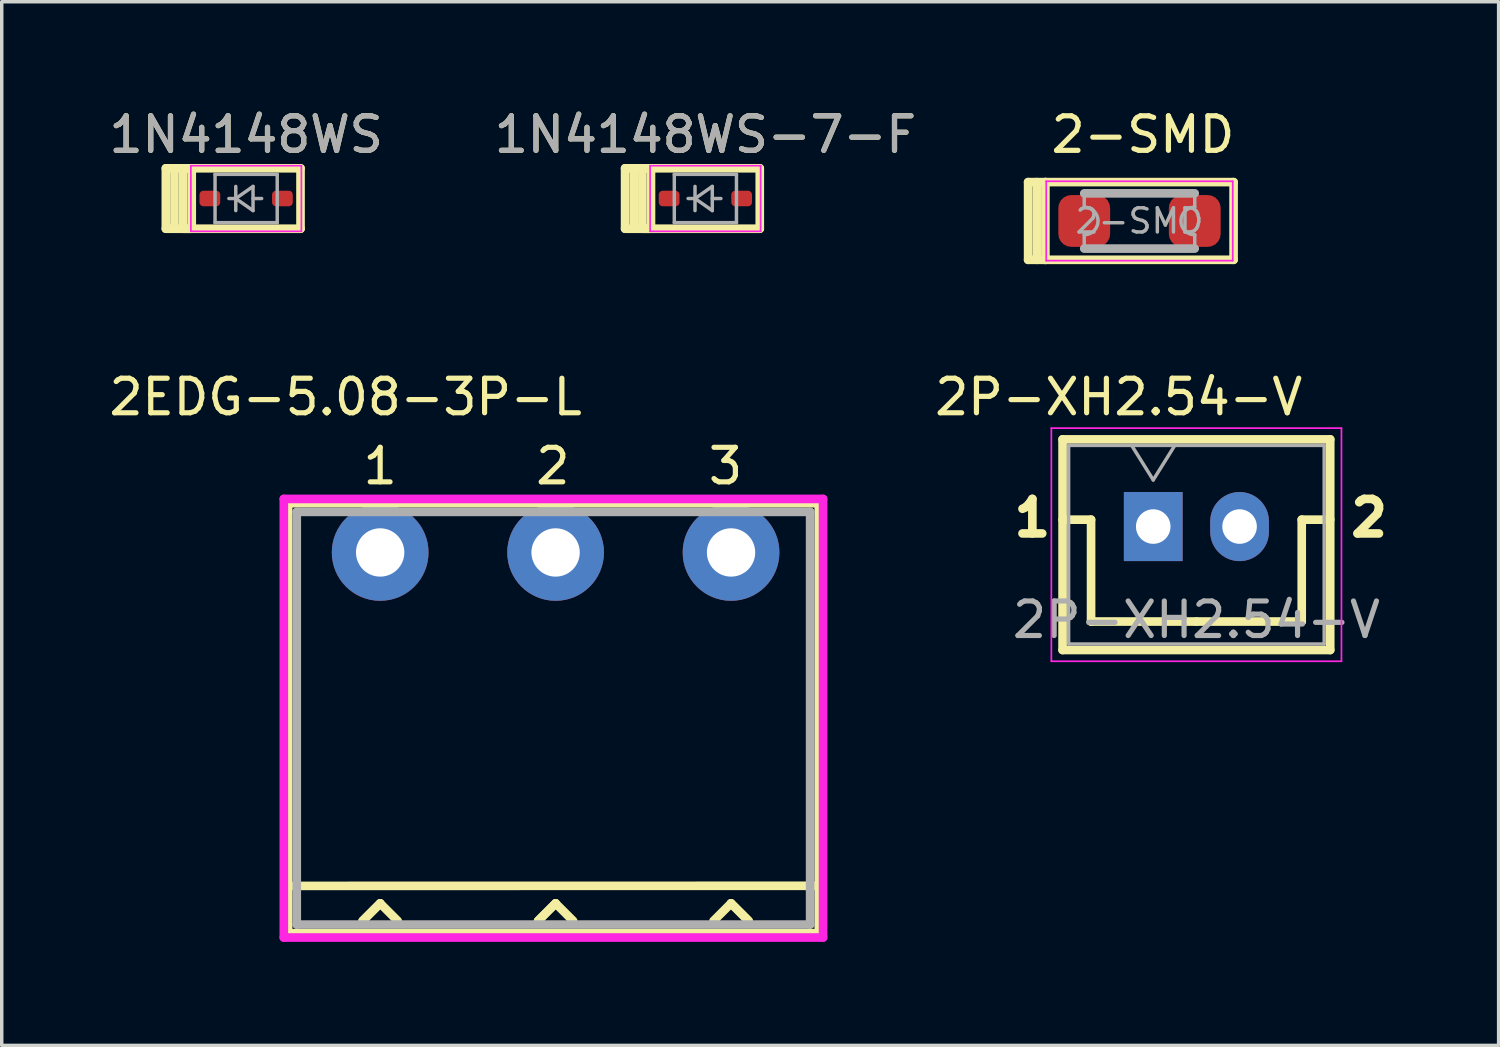
<source format=kicad_pcb>
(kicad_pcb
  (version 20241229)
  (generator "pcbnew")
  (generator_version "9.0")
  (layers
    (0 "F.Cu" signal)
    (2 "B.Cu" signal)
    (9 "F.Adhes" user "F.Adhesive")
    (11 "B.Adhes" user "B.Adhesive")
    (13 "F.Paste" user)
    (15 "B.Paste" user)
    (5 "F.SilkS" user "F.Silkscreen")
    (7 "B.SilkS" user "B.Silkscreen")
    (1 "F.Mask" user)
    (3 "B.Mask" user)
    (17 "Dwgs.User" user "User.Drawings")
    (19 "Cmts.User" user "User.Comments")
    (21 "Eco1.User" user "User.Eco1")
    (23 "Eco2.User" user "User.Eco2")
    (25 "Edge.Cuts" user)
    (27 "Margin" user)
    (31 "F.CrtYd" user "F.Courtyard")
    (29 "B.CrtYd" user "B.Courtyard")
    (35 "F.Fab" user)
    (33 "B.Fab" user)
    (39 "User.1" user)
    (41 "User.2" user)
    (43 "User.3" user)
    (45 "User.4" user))
  (footprint "1N4148WS-7-F"
    (layer "F.Cu")
    (at 17.375 2.698)
    (property "Reference" "1N4148WS-7-F" (at 0 -1.85 0) (layer "F.SilkS") (effects (font (size 1 1) (thickness 0.15))))
    (attr smd)
    (fp_line (start -2.325 -0.875) (end -2.325 0.875) (stroke (width 0.25) (type solid)) (layer "F.SilkS"))
    (fp_line (start -2.325 -0.875) (end 1.575 -0.875) (stroke (width 0.25) (type solid)) (layer "F.SilkS"))
    (fp_line (start -2.325 0.875) (end 1.575 0.875) (stroke (width 0.25) (type solid)) (layer "F.SilkS"))
    (fp_line (start -2.075 -0.875) (end -2.075 0.875) (stroke (width 0.25) (type solid)) (layer "F.SilkS"))
    (fp_line (start -1.825 -0.875) (end -1.825 0.875) (stroke (width 0.25) (type solid)) (layer "F.SilkS"))
    (fp_line (start -1.825 0.875) (end -1.575 0.875) (stroke (width 0.25) (type solid)) (layer "F.SilkS"))
    (fp_line (start -1.575 -0.875) (end -1.825 -0.875) (stroke (width 0.25) (type solid)) (layer "F.SilkS"))
    (fp_line (start -1.575 -0.875) (end -1.575 0.875) (stroke (width 0.25) (type solid)) (layer "F.SilkS"))
    (fp_line (start 1.575 -0.875) (end 1.575 0.875) (stroke (width 0.25) (type solid)) (layer "F.SilkS"))
    (fp_line (start -1.6 -0.95) (end -1.6 0.95) (stroke (width 0.05) (type solid)) (layer "F.CrtYd"))
    (fp_line (start -1.6 -0.95) (end 1.6 -0.95) (stroke (width 0.05) (type solid)) (layer "F.CrtYd"))
    (fp_line (start -1.6 0.95) (end 1.6 0.95) (stroke (width 0.05) (type solid)) (layer "F.CrtYd"))
    (fp_line (start 1.6 -0.95) (end 1.6 0.95) (stroke (width 0.05) (type solid)) (layer "F.CrtYd"))
    (fp_line (start -0.9 -0.7) (end 0.9 -0.7) (stroke (width 0.1) (type solid)) (layer "F.Fab"))
    (fp_line (start -0.9 0.7) (end -0.9 -0.7) (stroke (width 0.1) (type solid)) (layer "F.Fab"))
    (fp_line (start -0.3 -0.35) (end -0.3 0.35) (stroke (width 0.1) (type solid)) (layer "F.Fab"))
    (fp_line (start -0.3 0) (end -0.5 0) (stroke (width 0.1) (type solid)) (layer "F.Fab"))
    (fp_line (start -0.3 0) (end 0.2 -0.35) (stroke (width 0.1) (type solid)) (layer "F.Fab"))
    (fp_line (start 0.2 -0.35) (end 0.2 0.35) (stroke (width 0.1) (type solid)) (layer "F.Fab"))
    (fp_line (start 0.2 0) (end 0.45 0) (stroke (width 0.1) (type solid)) (layer "F.Fab"))
    (fp_line (start 0.2 0.35) (end -0.3 0) (stroke (width 0.1) (type solid)) (layer "F.Fab"))
    (fp_line (start 0.9 -0.7) (end 0.9 0.7) (stroke (width 0.1) (type solid)) (layer "F.Fab"))
    (fp_line (start 0.9 0.7) (end -0.9 0.7) (stroke (width 0.1) (type solid)) (layer "F.Fab"))
    (fp_text user "${REFERENCE}" (at 0 -1.85 0) (layer "F.Fab") (effects (font (size 1 1) (thickness 0.15))))
    (pad "1" smd roundrect (at -1.05 0) (size 0.6 0.45) (layers "F.Cu" "F.Mask" "F.Paste") (roundrect_rratio 0.25))
    (pad "2" smd roundrect (at 1.05 0) (size 0.6 0.45) (layers "F.Cu" "F.Mask" "F.Paste") (roundrect_rratio 0.25)))
  (footprint "2EDG-5.08-3P-L"
    (layer "F.Cu")
    (at 7.958 12.947)
    (property "Reference" "2EDG-5.08-3P-L" (at -1 -4.5 0) (layer "F.SilkS") (effects (font (size 1 1) (thickness 0.15))))
    (attr through_hole)
    (fp_line (start -2.665 -1.425) (end 12.7 -1.425) (stroke (width 0.25) (type solid)) (layer "F.SilkS"))
    (fp_line (start -2.665 9.655) (end 12.7 9.652) (stroke (width 0.25) (type solid)) (layer "F.SilkS"))
    (fp_line (start -2.665 11.025) (end -2.665 -1.425) (stroke (width 0.25) (type solid)) (layer "F.SilkS"))
    (fp_line (start -0.508 10.668) (end 0 10.16) (stroke (width 0.25) (type solid)) (layer "F.SilkS"))
    (fp_line (start 0 10.16) (end -0.508 10.668) (stroke (width 0.25) (type solid)) (layer "F.SilkS"))
    (fp_line (start 0 10.16) (end 0.508 10.668) (stroke (width 0.25) (type solid)) (layer "F.SilkS"))
    (fp_line (start 4.572 10.668) (end 5.08 10.16) (stroke (width 0.25) (type solid)) (layer "F.SilkS"))
    (fp_line (start 5.08 10.16) (end 4.572 10.668) (stroke (width 0.25) (type solid)) (layer "F.SilkS"))
    (fp_line (start 5.08 10.16) (end 5.588 10.668) (stroke (width 0.25) (type solid)) (layer "F.SilkS"))
    (fp_line (start 10.16 10.16) (end 9.652 10.668) (stroke (width 0.25) (type solid)) (layer "F.SilkS"))
    (fp_line (start 10.16 10.16) (end 10.668 10.668) (stroke (width 0.25) (type solid)) (layer "F.SilkS"))
    (fp_line (start 10.668 10.668) (end 10.16 10.16) (stroke (width 0.25) (type solid)) (layer "F.SilkS"))
    (fp_line (start 12.7 -1.425) (end 12.7 11.025) (stroke (width 0.25) (type solid)) (layer "F.SilkS"))
    (fp_line (start 12.7 11.025) (end -2.665 11.025) (stroke (width 0.25) (type solid)) (layer "F.SilkS"))
    (fp_line (start -2.54 -1.3) (end -2.54 10.9) (stroke (width 0.25) (type solid)) (layer "Eco1.User"))
    (fp_line (start -2.54 -1.3) (end 12.575 -1.3) (stroke (width 0.25) (type solid)) (layer "Eco1.User"))
    (fp_line (start 12.575 -1.3) (end 12.575 10.9) (stroke (width 0.25) (type solid)) (layer "Eco1.User"))
    (fp_line (start 12.575 10.9) (end -2.54 10.9) (stroke (width 0.25) (type solid)) (layer "Eco1.User"))
    (fp_line (start -2.79 -1.55) (end 12.825 -1.55) (stroke (width 0.25) (type solid)) (layer "F.CrtYd"))
    (fp_line (start -2.79 11.15) (end -2.79 -1.55) (stroke (width 0.25) (type solid)) (layer "F.CrtYd"))
    (fp_line (start 12.825 -1.55) (end 12.825 11.15) (stroke (width 0.25) (type solid)) (layer "F.CrtYd"))
    (fp_line (start 12.825 11.15) (end -2.79 11.15) (stroke (width 0.25) (type solid)) (layer "F.CrtYd"))
    (fp_line (start -2.415 -1.175) (end 12.45 -1.175) (stroke (width 0.25) (type solid)) (layer "F.Fab"))
    (fp_line (start -2.415 10.775) (end -2.415 -1.175) (stroke (width 0.25) (type solid)) (layer "F.Fab"))
    (fp_line (start 12.45 -1.175) (end 12.45 10.775) (stroke (width 0.25) (type solid)) (layer "F.Fab"))
    (fp_line (start 12.45 10.775) (end -2.415 10.775) (stroke (width 0.25) (type solid)) (layer "F.Fab"))
    (fp_text user "1" (at 0 -2.5 0) (layer "F.SilkS") (effects (font (size 1 1) (thickness 0.15))))
    (fp_text user "2" (at 5 -2.5 0) (layer "F.SilkS") (effects (font (size 1 1) (thickness 0.15))))
    (fp_text user "3" (at 10 -2.5 0) (layer "F.SilkS") (effects (font (size 1 1) (thickness 0.15))))
    (pad "1" thru_hole circle (at 0 0) (size 2.8 2.8) (drill 1.4) (layers "*.Cu" "*.Mask"))
    (pad "2" thru_hole circle (at 5.08 0) (size 2.8 2.8) (drill 1.4) (layers "*.Cu" "*.Mask"))
    (pad "3" thru_hole circle (at 10.16 0) (size 2.8 2.8) (drill 1.4) (layers "*.Cu" "*.Mask")))
  (footprint "2-SMD"
    (layer "F.Cu")
    (at 29.945 3.348)
    (property "Reference" "2-SMD" (at 0.1 -2.5 0) (layer "F.SilkS") (effects (font (size 1 1) (thickness 0.15))))
    (attr smd)
    (fp_line (start -3.225 -1.125) (end -2.725 -1.125) (stroke (width 0.25) (type solid)) (layer "F.SilkS"))
    (fp_line (start -3.225 1.125) (end -3.225 -1.125) (stroke (width 0.25) (type solid)) (layer "F.SilkS"))
    (fp_line (start -2.975 -1.125) (end -2.975 1.125) (stroke (width 0.25) (type solid)) (layer "F.SilkS"))
    (fp_line (start -2.725 1.125) (end -3.225 1.125) (stroke (width 0.25) (type solid)) (layer "F.SilkS"))
    (fp_line (start -2.725 1.125) (end -2.725 -1.125) (stroke (width 0.25) (type solid)) (layer "F.SilkS"))
    (fp_line (start 2.725 -1.125) (end -2.725 -1.125) (stroke (width 0.25) (type solid)) (layer "F.SilkS"))
    (fp_line (start 2.725 -1.125) (end 2.725 1.125) (stroke (width 0.25) (type solid)) (layer "F.SilkS"))
    (fp_line (start 2.725 1.125) (end -2.725 1.125) (stroke (width 0.25) (type solid)) (layer "F.SilkS"))
    (fp_line (start -2.7 -1.15) (end -2.7 1.15) (stroke (width 0.05) (type solid)) (layer "F.CrtYd"))
    (fp_line (start -2.7 1.15) (end 2.7 1.15) (stroke (width 0.05) (type solid)) (layer "F.CrtYd"))
    (fp_line (start 2.7 -1.15) (end -2.7 -1.15) (stroke (width 0.05) (type solid)) (layer "F.CrtYd"))
    (fp_line (start 2.7 1.15) (end 2.7 -1.15) (stroke (width 0.05) (type solid)) (layer "F.CrtYd"))
    (fp_line (start -1.6 -0.8) (end -1.6 -0.4) (stroke (width 0.1) (type solid)) (layer "F.Fab"))
    (fp_line (start -1.6 -0.8) (end 1.6 -0.8) (stroke (width 0.25) (type solid)) (layer "F.Fab"))
    (fp_line (start -1.6 0.4) (end -1.6 0.8) (stroke (width 0.1) (type solid)) (layer "F.Fab"))
    (fp_line (start -1.6 0.8) (end 1.6 0.8) (stroke (width 0.25) (type solid)) (layer "F.Fab"))
    (fp_line (start 1.6 -0.8) (end 1.6 -0.4) (stroke (width 0.1) (type solid)) (layer "F.Fab"))
    (fp_line (start 1.6 0.4) (end 1.6 0.8) (stroke (width 0.1) (type solid)) (layer "F.Fab"))
    (fp_arc (start -1.6 -0.4) (mid -1.2 0) (end -1.6 0.4) (stroke (width 0.1) (type solid)) (layer "F.Fab"))
    (fp_arc (start 1.6 0.4) (mid 1.2 0) (end 1.6 -0.4) (stroke (width 0.1) (type solid)) (layer "F.Fab"))
    (fp_text user "${REFERENCE}" (at 0 0 0) (layer "F.Fab") (effects (font (size 0.7 0.7) (thickness 0.1))))
    (pad "A" smd roundrect (at 1.6 0) (size 1.5 1.5) (layers "F.Cu" "F.Mask" "F.Paste") (roundrect_rratio 0.25))
    (pad "K" smd roundrect (at -1.6 0) (size 1.5 1.5) (layers "F.Cu" "F.Mask" "F.Paste") (roundrect_rratio 0.25)))
  (footprint "1N4148WS"
    (layer "F.Cu")
    (at 4.077 2.698)
    (property "Reference" "1N4148WS" (at 0 -1.85 0) (layer "F.SilkS") (effects (font (size 1 1) (thickness 0.15))))
    (attr smd)
    (fp_line (start -2.325 -0.875) (end -2.325 0.875) (stroke (width 0.25) (type solid)) (layer "F.SilkS"))
    (fp_line (start -2.325 -0.875) (end 1.575 -0.875) (stroke (width 0.25) (type solid)) (layer "F.SilkS"))
    (fp_line (start -2.325 0.875) (end 1.575 0.875) (stroke (width 0.25) (type solid)) (layer "F.SilkS"))
    (fp_line (start -2.075 -0.875) (end -2.075 0.875) (stroke (width 0.25) (type solid)) (layer "F.SilkS"))
    (fp_line (start -1.825 -0.875) (end -1.825 0.875) (stroke (width 0.25) (type solid)) (layer "F.SilkS"))
    (fp_line (start -1.825 0.875) (end -1.575 0.875) (stroke (width 0.25) (type solid)) (layer "F.SilkS"))
    (fp_line (start -1.575 -0.875) (end -1.825 -0.875) (stroke (width 0.25) (type solid)) (layer "F.SilkS"))
    (fp_line (start -1.575 -0.875) (end -1.575 0.875) (stroke (width 0.25) (type solid)) (layer "F.SilkS"))
    (fp_line (start 1.575 -0.875) (end 1.575 0.875) (stroke (width 0.25) (type solid)) (layer "F.SilkS"))
    (fp_line (start -1.6 -0.95) (end -1.6 0.95) (stroke (width 0.05) (type solid)) (layer "F.CrtYd"))
    (fp_line (start -1.6 -0.95) (end 1.6 -0.95) (stroke (width 0.05) (type solid)) (layer "F.CrtYd"))
    (fp_line (start -1.6 0.95) (end 1.6 0.95) (stroke (width 0.05) (type solid)) (layer "F.CrtYd"))
    (fp_line (start 1.6 -0.95) (end 1.6 0.95) (stroke (width 0.05) (type solid)) (layer "F.CrtYd"))
    (fp_line (start -0.9 -0.7) (end 0.9 -0.7) (stroke (width 0.1) (type solid)) (layer "F.Fab"))
    (fp_line (start -0.9 0.7) (end -0.9 -0.7) (stroke (width 0.1) (type solid)) (layer "F.Fab"))
    (fp_line (start -0.3 -0.35) (end -0.3 0.35) (stroke (width 0.1) (type solid)) (layer "F.Fab"))
    (fp_line (start -0.3 0) (end -0.5 0) (stroke (width 0.1) (type solid)) (layer "F.Fab"))
    (fp_line (start -0.3 0) (end 0.2 -0.35) (stroke (width 0.1) (type solid)) (layer "F.Fab"))
    (fp_line (start 0.2 -0.35) (end 0.2 0.35) (stroke (width 0.1) (type solid)) (layer "F.Fab"))
    (fp_line (start 0.2 0) (end 0.45 0) (stroke (width 0.1) (type solid)) (layer "F.Fab"))
    (fp_line (start 0.2 0.35) (end -0.3 0) (stroke (width 0.1) (type solid)) (layer "F.Fab"))
    (fp_line (start 0.9 -0.7) (end 0.9 0.7) (stroke (width 0.1) (type solid)) (layer "F.Fab"))
    (fp_line (start 0.9 0.7) (end -0.9 0.7) (stroke (width 0.1) (type solid)) (layer "F.Fab"))
    (fp_text user "${REFERENCE}" (at 0 -1.85 0) (layer "F.Fab") (effects (font (size 1 1) (thickness 0.15))))
    (pad "1" smd roundrect (at -1.05 0) (size 0.6 0.45) (layers "F.Cu" "F.Mask" "F.Paste") (roundrect_rratio 0.25))
    (pad "2" smd roundrect (at 1.05 0) (size 0.6 0.45) (layers "F.Cu" "F.Mask" "F.Paste") (roundrect_rratio 0.25)))
  (footprint "2P-XH2.54-V"
    (layer "F.Cu")
    (at 30.343 12.197)
    (property "Reference" "2P-XH2.54-V" (at -1 -3.75 0) (layer "F.SilkS") (effects (font (size 1 1) (thickness 0.15))))
    (attr through_hole)
    (fp_line (start -2.625 -2.525) (end -2.625 3.575) (stroke (width 0.25) (type solid)) (layer "F.SilkS"))
    (fp_line (start -2.625 -0.2) (end -1.8 -0.2) (stroke (width 0.25) (type solid)) (layer "F.SilkS"))
    (fp_line (start -2.625 3.575) (end 5.125 3.575) (stroke (width 0.25) (type solid)) (layer "F.SilkS"))
    (fp_line (start -1.8 -0.2) (end -1.8 2.75) (stroke (width 0.25) (type solid)) (layer "F.SilkS"))
    (fp_line (start -1.8 2.75) (end 1.25 2.75) (stroke (width 0.25) (type solid)) (layer "F.SilkS"))
    (fp_line (start 4.3 -0.2) (end 4.3 2.75) (stroke (width 0.25) (type solid)) (layer "F.SilkS"))
    (fp_line (start 4.3 2.75) (end 1.25 2.75) (stroke (width 0.25) (type solid)) (layer "F.SilkS"))
    (fp_line (start 5.125 -2.525) (end -2.625 -2.525) (stroke (width 0.25) (type solid)) (layer "F.SilkS"))
    (fp_line (start 5.125 -0.2) (end 4.3 -0.2) (stroke (width 0.25) (type solid)) (layer "F.SilkS"))
    (fp_line (start 5.125 3.575) (end 5.125 -2.525) (stroke (width 0.25) (type solid)) (layer "F.SilkS"))
    (fp_line (start -2.95 -2.85) (end -2.95 3.9) (stroke (width 0.05) (type solid)) (layer "F.CrtYd"))
    (fp_line (start -2.95 3.9) (end 5.45 3.9) (stroke (width 0.05) (type solid)) (layer "F.CrtYd"))
    (fp_line (start 5.45 -2.85) (end -2.95 -2.85) (stroke (width 0.05) (type solid)) (layer "F.CrtYd"))
    (fp_line (start 5.45 3.9) (end 5.45 -2.85) (stroke (width 0.05) (type solid)) (layer "F.CrtYd"))
    (fp_line (start -2.45 -2.35) (end -2.45 3.4) (stroke (width 0.1) (type solid)) (layer "F.Fab"))
    (fp_line (start -2.45 3.4) (end 4.95 3.4) (stroke (width 0.1) (type solid)) (layer "F.Fab"))
    (fp_line (start -0.625 -2.35) (end 0 -1.35) (stroke (width 0.1) (type solid)) (layer "F.Fab"))
    (fp_line (start 0 -1.35) (end 0.625 -2.35) (stroke (width 0.1) (type solid)) (layer "F.Fab"))
    (fp_line (start 4.95 -2.35) (end -2.45 -2.35) (stroke (width 0.1) (type solid)) (layer "F.Fab"))
    (fp_line (start 4.95 3.4) (end 4.95 -2.35) (stroke (width 0.1) (type solid)) (layer "F.Fab"))
    (fp_text user "1" (at -3.5 -0.25 0) (layer "F.SilkS") (effects (font (size 1 1) (thickness 0.25))))
    (fp_text user "2" (at 6.25 -0.25 0) (layer "F.SilkS") (effects (font (size 1 1) (thickness 0.25))))
    (fp_text user "${REFERENCE}" (at 1.25 2.7 0) (layer "F.Fab") (effects (font (size 1 1) (thickness 0.15))))
    (pad "1" thru_hole rect (at 0 0) (size 1.7 2) (drill 1) (layers "*.Cu" "*.Mask"))
    (pad "2" thru_hole oval (at 2.5 0) (size 1.7 2) (drill 1) (layers "*.Cu" "*.Mask")))
  (gr_rect
    (start -3 -3)
    (end 40.344 27.221)
    (stroke (width 0.1) (type default))
    (fill no)
    (layer "Edge.Cuts")))
</source>
